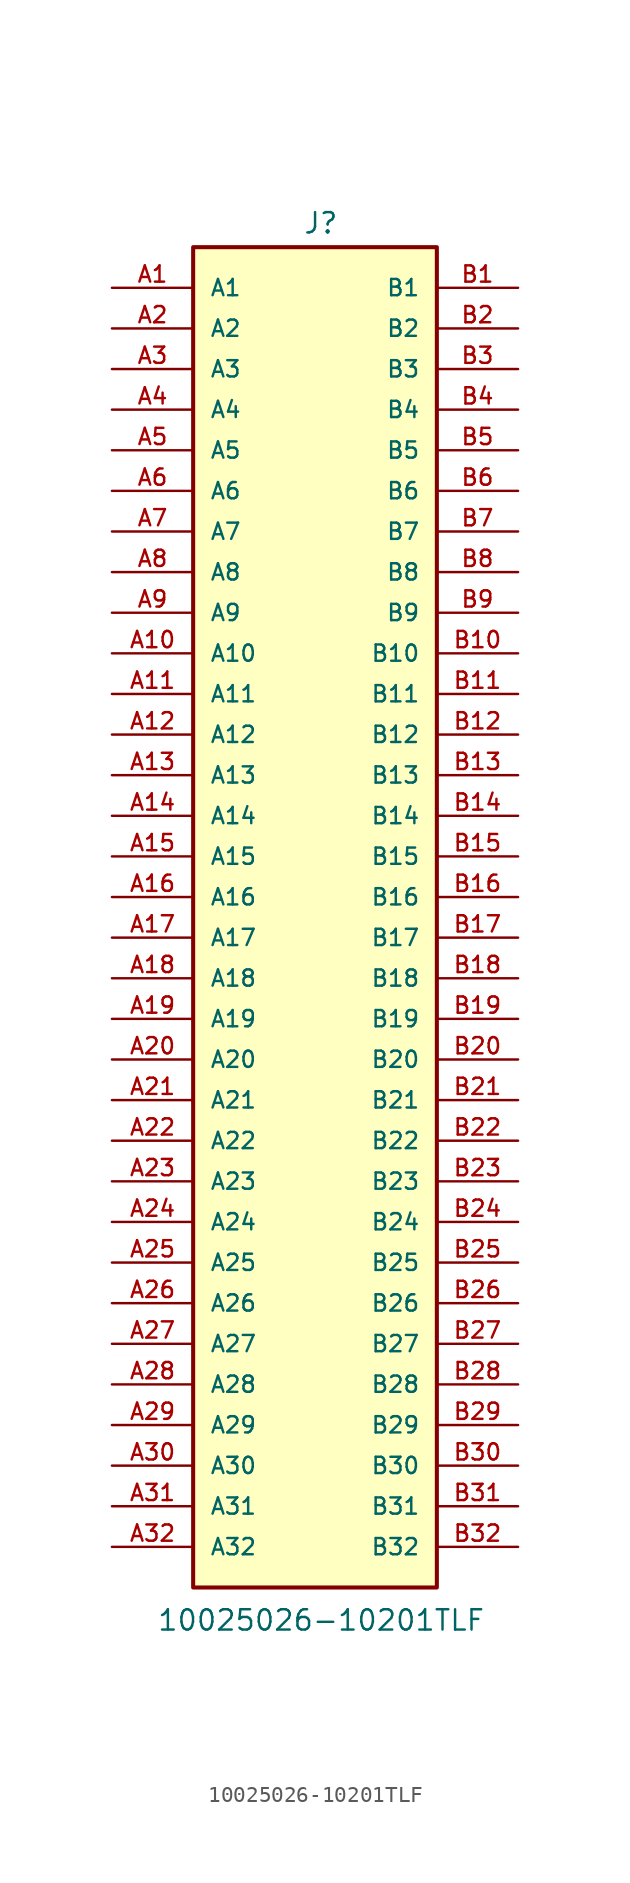
<source format=kicad_sym>
(kicad_symbol_lib
  (version 20231120)
  (generator "kicad_symbol_editor")
  (generator_version "8.0")
  (symbol "10025026-10201TLF"
    (pin_names
      (offset 1.016))
    (property "Reference" "J"
      (at -0.762 41.402 0)
      (effects (font (size 1.27 1.27)) (justify left bottom)))
    (property "Value" "10025026-10201TLF"
      (at -9.906 -45.974 0)
      (effects (font (size 1.27 1.27)) (justify left bottom)))
    (symbol "10025026-10201TLF_0_0"
      (rectangle (start -7.62 40.64) (end 7.62 -43.18) (stroke (width 0.254) (type default)) (fill (type background)))
      (pin passive line (at -12.7 38.1 0) (length 5.08) (name "A1" (effects (font (size 1.016 1.016)))) (number "A1" (effects (font (size 1.016 1.016)))))
      (pin passive line (at -12.7 15.24 0) (length 5.08) (name "A10" (effects (font (size 1.016 1.016)))) (number "A10" (effects (font (size 1.016 1.016)))))
      (pin passive line (at -12.7 12.7 0) (length 5.08) (name "A11" (effects (font (size 1.016 1.016)))) (number "A11" (effects (font (size 1.016 1.016)))))
      (pin passive line (at -12.7 10.16 0) (length 5.08) (name "A12" (effects (font (size 1.016 1.016)))) (number "A12" (effects (font (size 1.016 1.016)))))
      (pin passive line (at -12.7 7.62 0) (length 5.08) (name "A13" (effects (font (size 1.016 1.016)))) (number "A13" (effects (font (size 1.016 1.016)))))
      (pin passive line (at -12.7 5.08 0) (length 5.08) (name "A14" (effects (font (size 1.016 1.016)))) (number "A14" (effects (font (size 1.016 1.016)))))
      (pin passive line (at -12.7 2.54 0) (length 5.08) (name "A15" (effects (font (size 1.016 1.016)))) (number "A15" (effects (font (size 1.016 1.016)))))
      (pin passive line (at -12.7 0 0) (length 5.08) (name "A16" (effects (font (size 1.016 1.016)))) (number "A16" (effects (font (size 1.016 1.016)))))
      (pin passive line (at -12.7 -2.54 0) (length 5.08) (name "A17" (effects (font (size 1.016 1.016)))) (number "A17" (effects (font (size 1.016 1.016)))))
      (pin passive line (at -12.7 -5.08 0) (length 5.08) (name "A18" (effects (font (size 1.016 1.016)))) (number "A18" (effects (font (size 1.016 1.016)))))
      (pin passive line (at -12.7 -7.62 0) (length 5.08) (name "A19" (effects (font (size 1.016 1.016)))) (number "A19" (effects (font (size 1.016 1.016)))))
      (pin passive line (at -12.7 35.56 0) (length 5.08) (name "A2" (effects (font (size 1.016 1.016)))) (number "A2" (effects (font (size 1.016 1.016)))))
      (pin passive line (at -12.7 -10.16 0) (length 5.08) (name "A20" (effects (font (size 1.016 1.016)))) (number "A20" (effects (font (size 1.016 1.016)))))
      (pin passive line (at -12.7 -12.7 0) (length 5.08) (name "A21" (effects (font (size 1.016 1.016)))) (number "A21" (effects (font (size 1.016 1.016)))))
      (pin passive line (at -12.7 -15.24 0) (length 5.08) (name "A22" (effects (font (size 1.016 1.016)))) (number "A22" (effects (font (size 1.016 1.016)))))
      (pin passive line (at -12.7 -17.78 0) (length 5.08) (name "A23" (effects (font (size 1.016 1.016)))) (number "A23" (effects (font (size 1.016 1.016)))))
      (pin passive line (at -12.7 -20.32 0) (length 5.08) (name "A24" (effects (font (size 1.016 1.016)))) (number "A24" (effects (font (size 1.016 1.016)))))
      (pin passive line (at -12.7 -22.86 0) (length 5.08) (name "A25" (effects (font (size 1.016 1.016)))) (number "A25" (effects (font (size 1.016 1.016)))))
      (pin passive line (at -12.7 -25.4 0) (length 5.08) (name "A26" (effects (font (size 1.016 1.016)))) (number "A26" (effects (font (size 1.016 1.016)))))
      (pin passive line (at -12.7 -27.94 0) (length 5.08) (name "A27" (effects (font (size 1.016 1.016)))) (number "A27" (effects (font (size 1.016 1.016)))))
      (pin passive line (at -12.7 -30.48 0) (length 5.08) (name "A28" (effects (font (size 1.016 1.016)))) (number "A28" (effects (font (size 1.016 1.016)))))
      (pin passive line (at -12.7 -33.02 0) (length 5.08) (name "A29" (effects (font (size 1.016 1.016)))) (number "A29" (effects (font (size 1.016 1.016)))))
      (pin passive line (at -12.7 33.02 0) (length 5.08) (name "A3" (effects (font (size 1.016 1.016)))) (number "A3" (effects (font (size 1.016 1.016)))))
      (pin passive line (at -12.7 -35.56 0) (length 5.08) (name "A30" (effects (font (size 1.016 1.016)))) (number "A30" (effects (font (size 1.016 1.016)))))
      (pin passive line (at -12.7 -38.1 0) (length 5.08) (name "A31" (effects (font (size 1.016 1.016)))) (number "A31" (effects (font (size 1.016 1.016)))))
      (pin passive line (at -12.7 -40.64 0) (length 5.08) (name "A32" (effects (font (size 1.016 1.016)))) (number "A32" (effects (font (size 1.016 1.016)))))
      (pin passive line (at -12.7 30.48 0) (length 5.08) (name "A4" (effects (font (size 1.016 1.016)))) (number "A4" (effects (font (size 1.016 1.016)))))
      (pin passive line (at -12.7 27.94 0) (length 5.08) (name "A5" (effects (font (size 1.016 1.016)))) (number "A5" (effects (font (size 1.016 1.016)))))
      (pin passive line (at -12.7 25.4 0) (length 5.08) (name "A6" (effects (font (size 1.016 1.016)))) (number "A6" (effects (font (size 1.016 1.016)))))
      (pin passive line (at -12.7 22.86 0) (length 5.08) (name "A7" (effects (font (size 1.016 1.016)))) (number "A7" (effects (font (size 1.016 1.016)))))
      (pin passive line (at -12.7 20.32 0) (length 5.08) (name "A8" (effects (font (size 1.016 1.016)))) (number "A8" (effects (font (size 1.016 1.016)))))
      (pin passive line (at -12.7 17.78 0) (length 5.08) (name "A9" (effects (font (size 1.016 1.016)))) (number "A9" (effects (font (size 1.016 1.016)))))
      (pin passive line (at 12.7 38.1 180) (length 5.08) (name "B1" (effects (font (size 1.016 1.016)))) (number "B1" (effects (font (size 1.016 1.016)))))
      (pin passive line (at 12.7 15.24 180) (length 5.08) (name "B10" (effects (font (size 1.016 1.016)))) (number "B10" (effects (font (size 1.016 1.016)))))
      (pin passive line (at 12.7 12.7 180) (length 5.08) (name "B11" (effects (font (size 1.016 1.016)))) (number "B11" (effects (font (size 1.016 1.016)))))
      (pin passive line (at 12.7 10.16 180) (length 5.08) (name "B12" (effects (font (size 1.016 1.016)))) (number "B12" (effects (font (size 1.016 1.016)))))
      (pin passive line (at 12.7 7.62 180) (length 5.08) (name "B13" (effects (font (size 1.016 1.016)))) (number "B13" (effects (font (size 1.016 1.016)))))
      (pin passive line (at 12.7 5.08 180) (length 5.08) (name "B14" (effects (font (size 1.016 1.016)))) (number "B14" (effects (font (size 1.016 1.016)))))
      (pin passive line (at 12.7 2.54 180) (length 5.08) (name "B15" (effects (font (size 1.016 1.016)))) (number "B15" (effects (font (size 1.016 1.016)))))
      (pin passive line (at 12.7 0 180) (length 5.08) (name "B16" (effects (font (size 1.016 1.016)))) (number "B16" (effects (font (size 1.016 1.016)))))
      (pin passive line (at 12.7 -2.54 180) (length 5.08) (name "B17" (effects (font (size 1.016 1.016)))) (number "B17" (effects (font (size 1.016 1.016)))))
      (pin passive line (at 12.7 -5.08 180) (length 5.08) (name "B18" (effects (font (size 1.016 1.016)))) (number "B18" (effects (font (size 1.016 1.016)))))
      (pin passive line (at 12.7 -7.62 180) (length 5.08) (name "B19" (effects (font (size 1.016 1.016)))) (number "B19" (effects (font (size 1.016 1.016)))))
      (pin passive line (at 12.7 35.56 180) (length 5.08) (name "B2" (effects (font (size 1.016 1.016)))) (number "B2" (effects (font (size 1.016 1.016)))))
      (pin passive line (at 12.7 -10.16 180) (length 5.08) (name "B20" (effects (font (size 1.016 1.016)))) (number "B20" (effects (font (size 1.016 1.016)))))
      (pin passive line (at 12.7 -12.7 180) (length 5.08) (name "B21" (effects (font (size 1.016 1.016)))) (number "B21" (effects (font (size 1.016 1.016)))))
      (pin passive line (at 12.7 -15.24 180) (length 5.08) (name "B22" (effects (font (size 1.016 1.016)))) (number "B22" (effects (font (size 1.016 1.016)))))
      (pin passive line (at 12.7 -17.78 180) (length 5.08) (name "B23" (effects (font (size 1.016 1.016)))) (number "B23" (effects (font (size 1.016 1.016)))))
      (pin passive line (at 12.7 -20.32 180) (length 5.08) (name "B24" (effects (font (size 1.016 1.016)))) (number "B24" (effects (font (size 1.016 1.016)))))
      (pin passive line (at 12.7 -22.86 180) (length 5.08) (name "B25" (effects (font (size 1.016 1.016)))) (number "B25" (effects (font (size 1.016 1.016)))))
      (pin passive line (at 12.7 -25.4 180) (length 5.08) (name "B26" (effects (font (size 1.016 1.016)))) (number "B26" (effects (font (size 1.016 1.016)))))
      (pin passive line (at 12.7 -27.94 180) (length 5.08) (name "B27" (effects (font (size 1.016 1.016)))) (number "B27" (effects (font (size 1.016 1.016)))))
      (pin passive line (at 12.7 -30.48 180) (length 5.08) (name "B28" (effects (font (size 1.016 1.016)))) (number "B28" (effects (font (size 1.016 1.016)))))
      (pin passive line (at 12.7 -33.02 180) (length 5.08) (name "B29" (effects (font (size 1.016 1.016)))) (number "B29" (effects (font (size 1.016 1.016)))))
      (pin passive line (at 12.7 33.02 180) (length 5.08) (name "B3" (effects (font (size 1.016 1.016)))) (number "B3" (effects (font (size 1.016 1.016)))))
      (pin passive line (at 12.7 -35.56 180) (length 5.08) (name "B30" (effects (font (size 1.016 1.016)))) (number "B30" (effects (font (size 1.016 1.016)))))
      (pin passive line (at 12.7 -38.1 180) (length 5.08) (name "B31" (effects (font (size 1.016 1.016)))) (number "B31" (effects (font (size 1.016 1.016)))))
      (pin passive line (at 12.7 -40.64 180) (length 5.08) (name "B32" (effects (font (size 1.016 1.016)))) (number "B32" (effects (font (size 1.016 1.016)))))
      (pin passive line (at 12.7 30.48 180) (length 5.08) (name "B4" (effects (font (size 1.016 1.016)))) (number "B4" (effects (font (size 1.016 1.016)))))
      (pin passive line (at 12.7 27.94 180) (length 5.08) (name "B5" (effects (font (size 1.016 1.016)))) (number "B5" (effects (font (size 1.016 1.016)))))
      (pin passive line (at 12.7 25.4 180) (length 5.08) (name "B6" (effects (font (size 1.016 1.016)))) (number "B6" (effects (font (size 1.016 1.016)))))
      (pin passive line (at 12.7 22.86 180) (length 5.08) (name "B7" (effects (font (size 1.016 1.016)))) (number "B7" (effects (font (size 1.016 1.016)))))
      (pin passive line (at 12.7 20.32 180) (length 5.08) (name "B8" (effects (font (size 1.016 1.016)))) (number "B8" (effects (font (size 1.016 1.016)))))
      (pin passive line (at 12.7 17.78 180) (length 5.08) (name "B9" (effects (font (size 1.016 1.016)))) (number "B9" (effects (font (size 1.016 1.016))))))))
</source>
